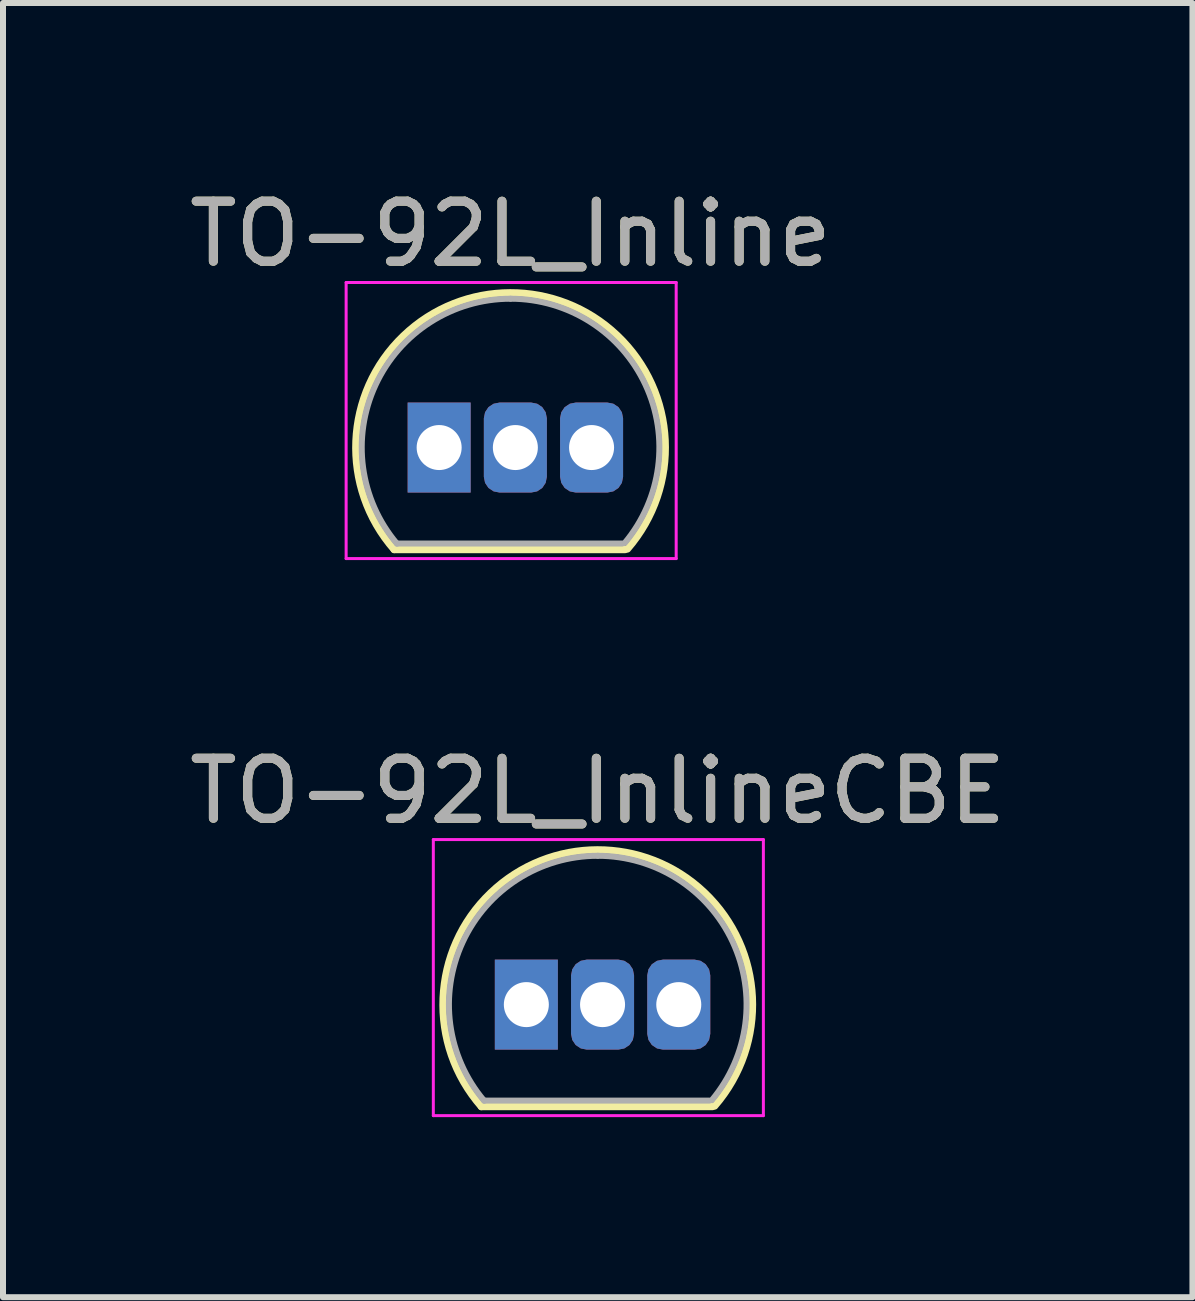
<source format=kicad_pcb>
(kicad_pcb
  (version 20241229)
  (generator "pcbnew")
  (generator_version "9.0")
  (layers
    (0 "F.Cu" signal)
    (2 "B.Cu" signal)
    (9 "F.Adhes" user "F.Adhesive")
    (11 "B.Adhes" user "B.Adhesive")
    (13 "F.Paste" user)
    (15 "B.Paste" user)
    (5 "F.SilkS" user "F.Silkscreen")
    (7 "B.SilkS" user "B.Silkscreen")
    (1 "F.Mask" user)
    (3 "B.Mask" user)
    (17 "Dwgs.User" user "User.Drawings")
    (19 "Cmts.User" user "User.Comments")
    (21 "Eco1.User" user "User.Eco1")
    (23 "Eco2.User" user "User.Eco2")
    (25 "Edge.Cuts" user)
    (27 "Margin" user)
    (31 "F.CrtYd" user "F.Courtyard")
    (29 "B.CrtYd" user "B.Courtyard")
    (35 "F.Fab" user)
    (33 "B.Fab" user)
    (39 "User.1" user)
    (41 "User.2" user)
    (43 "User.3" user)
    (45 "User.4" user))
  (footprint "TO-92L_InlineCBE"
    (layer "F.Cu")
    (at 5.721 13.691)
    (property "Reference" "TO-92L_InlineCBE" (at 1.19 -3.56 0) (layer "F.SilkS") (effects (font (size 1 1) (thickness 0.15))))
    (attr through_hole)
    (fp_line (start -0.75 1.7) (end 3.1 1.7) (stroke (width 0.12) (type solid)) (layer "F.SilkS"))
    (fp_arc (start -0.75 1.7) (mid 1.183448 -2.579449) (end 3.138611 1.690122) (stroke (width 0.12) (type solid)) (layer "F.SilkS"))
    (fp_line (start -1.55 -2.75) (end -1.55 1.85) (stroke (width 0.05) (type solid)) (layer "F.CrtYd"))
    (fp_line (start -1.55 -2.75) (end 3.95 -2.75) (stroke (width 0.05) (type solid)) (layer "F.CrtYd"))
    (fp_line (start 3.95 1.85) (end -1.55 1.85) (stroke (width 0.05) (type solid)) (layer "F.CrtYd"))
    (fp_line (start 3.95 1.85) (end 3.95 -2.75) (stroke (width 0.05) (type solid)) (layer "F.CrtYd"))
    (fp_line (start -0.7 1.6) (end 3.05 1.6) (stroke (width 0.1) (type solid)) (layer "F.Fab"))
    (fp_arc (start -0.702818 1.602385) (mid -1.059924 -1.043188) (end 1.19 -2.48) (stroke (width 0.1) (type solid)) (layer "F.Fab"))
    (fp_arc (start 1.19 -2.48) (mid 3.437211 -1.049019) (end 3.091103 1.592547) (stroke (width 0.1) (type solid)) (layer "F.Fab"))
    (fp_text user "${REFERENCE}" (at 1.19 -3.56 0) (layer "F.Fab") (effects (font (size 1 1) (thickness 0.15))))
    (pad "1" thru_hole roundrect (at 2.54 0) (size 1.05 1.5) (drill 0.75) (layers "*.Cu" "*.Mask") (roundrect_rratio 0.25))
    (pad "2" thru_hole roundrect (at 1.27 0) (size 1.05 1.5) (drill 0.75) (layers "*.Cu" "*.Mask") (roundrect_rratio 0.25))
    (pad "3" thru_hole rect (at 0 0) (size 1.05 1.5) (drill 0.75) (layers "*.Cu" "*.Mask")))
  (footprint "TO-92L_Inline"
    (layer "F.Cu")
    (at 4.268 4.408)
    (property "Reference" "TO-92L_Inline" (at 1.19 -3.56 0) (layer "F.SilkS") (effects (font (size 1 1) (thickness 0.15))))
    (attr through_hole)
    (fp_line (start -0.75 1.7) (end 3.1 1.7) (stroke (width 0.12) (type solid)) (layer "F.SilkS"))
    (fp_arc (start -0.75 1.7) (mid 1.183448 -2.579449) (end 3.138611 1.690122) (stroke (width 0.12) (type solid)) (layer "F.SilkS"))
    (fp_line (start -1.55 -2.75) (end -1.55 1.85) (stroke (width 0.05) (type solid)) (layer "F.CrtYd"))
    (fp_line (start -1.55 -2.75) (end 3.95 -2.75) (stroke (width 0.05) (type solid)) (layer "F.CrtYd"))
    (fp_line (start 3.95 1.85) (end -1.55 1.85) (stroke (width 0.05) (type solid)) (layer "F.CrtYd"))
    (fp_line (start 3.95 1.85) (end 3.95 -2.75) (stroke (width 0.05) (type solid)) (layer "F.CrtYd"))
    (fp_line (start -0.7 1.6) (end 3.05 1.6) (stroke (width 0.1) (type solid)) (layer "F.Fab"))
    (fp_arc (start -0.702818 1.602385) (mid -1.059924 -1.043188) (end 1.19 -2.48) (stroke (width 0.1) (type solid)) (layer "F.Fab"))
    (fp_arc (start 1.19 -2.48) (mid 3.437211 -1.049019) (end 3.091103 1.592547) (stroke (width 0.1) (type solid)) (layer "F.Fab"))
    (fp_text user "${REFERENCE}" (at 1.19 -3.56 0) (layer "F.Fab") (effects (font (size 1 1) (thickness 0.15))))
    (pad "1" thru_hole rect (at 0 0) (size 1.05 1.5) (drill 0.75) (layers "*.Cu" "*.Mask"))
    (pad "2" thru_hole roundrect (at 1.27 0) (size 1.05 1.5) (drill 0.75) (layers "*.Cu" "*.Mask") (roundrect_rratio 0.25))
    (pad "3" thru_hole roundrect (at 2.54 0) (size 1.05 1.5) (drill 0.75) (layers "*.Cu" "*.Mask") (roundrect_rratio 0.25)))
  (gr_rect
    (start -3 -3)
    (end 16.821 18.567)
    (stroke (width 0.1) (type default))
    (fill no)
    (layer "Edge.Cuts")))
</source>
